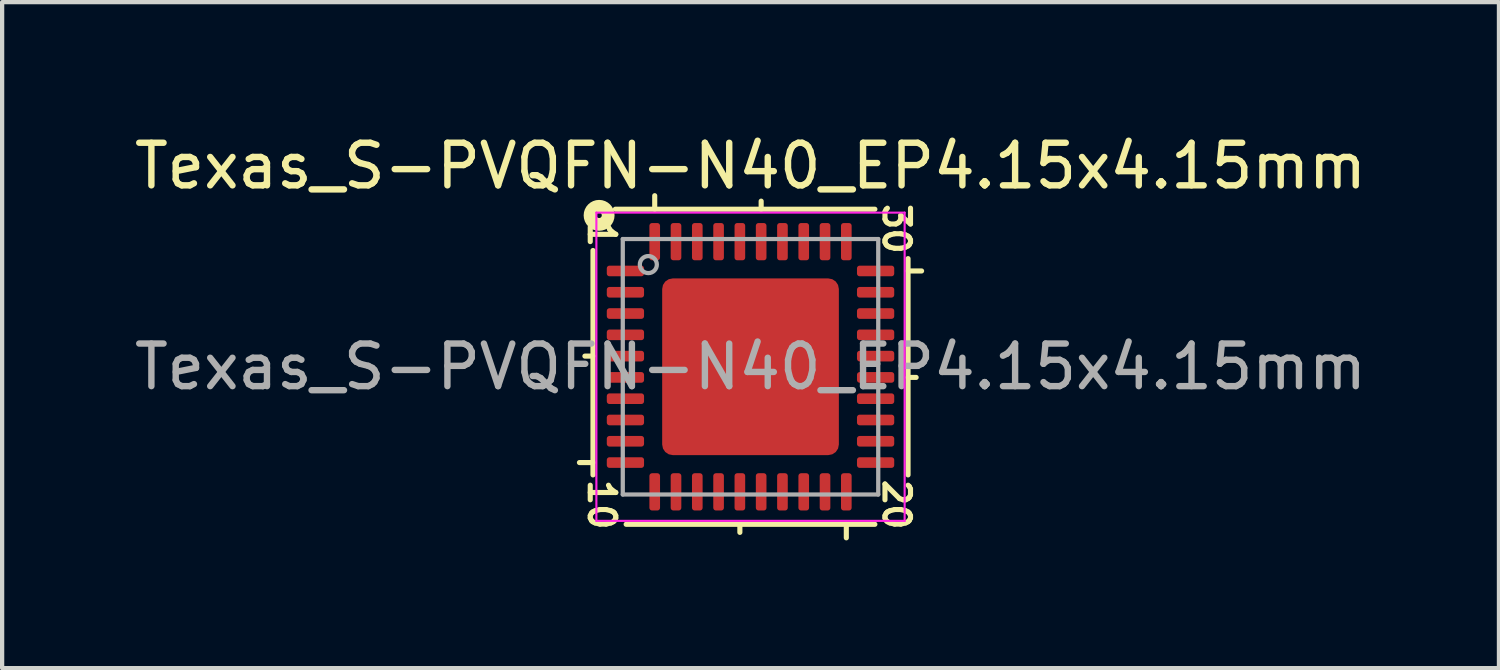
<source format=kicad_pcb>
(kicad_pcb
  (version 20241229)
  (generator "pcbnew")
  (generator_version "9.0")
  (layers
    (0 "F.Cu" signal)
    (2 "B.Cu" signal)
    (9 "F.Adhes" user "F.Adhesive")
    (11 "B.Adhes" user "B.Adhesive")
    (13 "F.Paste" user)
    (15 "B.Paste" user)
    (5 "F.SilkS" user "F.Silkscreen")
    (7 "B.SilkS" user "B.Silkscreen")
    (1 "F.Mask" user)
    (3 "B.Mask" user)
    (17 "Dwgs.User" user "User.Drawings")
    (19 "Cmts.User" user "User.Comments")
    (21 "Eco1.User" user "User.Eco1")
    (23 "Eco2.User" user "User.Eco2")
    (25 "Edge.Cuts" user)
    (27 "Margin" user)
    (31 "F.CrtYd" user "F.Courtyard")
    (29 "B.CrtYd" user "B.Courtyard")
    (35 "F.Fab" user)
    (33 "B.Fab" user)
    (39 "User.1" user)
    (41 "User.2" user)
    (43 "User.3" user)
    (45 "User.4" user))
  (footprint "Texas_S-PVQFN-N40_EP4.15x4.15mm"
    (layer "F.Cu")
    (at 14.577 5.564)
    (property "Reference" "Texas_S-PVQFN-N40_EP4.15x4.15mm" (at 0 -4.716 0) (layer "F.SilkS") (effects (font (size 1 1) (thickness 0.15))))
    (attr smd)
    (fp_line (start -3.7 -2.731) (end -3.7 2.54) (stroke (width 0.12) (type solid)) (layer "F.SilkS"))
    (fp_line (start -3.7 -0.25) (end -3.89 -0.25) (stroke (width 0.12) (type solid)) (layer "F.SilkS"))
    (fp_line (start -3.7 2.25) (end -4.018 2.25) (stroke (width 0.12) (type solid)) (layer "F.SilkS"))
    (fp_line (start -2.921 3.7) (end 2.921 3.7) (stroke (width 0.12) (type solid)) (layer "F.SilkS"))
    (fp_line (start -2.25 -3.7) (end -2.25 -4.018) (stroke (width 0.12) (type solid)) (layer "F.SilkS"))
    (fp_line (start -0.25 3.7) (end -0.25 3.89) (stroke (width 0.12) (type solid)) (layer "F.SilkS"))
    (fp_line (start 0.25 -3.7) (end 0.25 -3.89) (stroke (width 0.12) (type solid)) (layer "F.SilkS"))
    (fp_line (start 2.25 3.7) (end 2.25 4.018) (stroke (width 0.12) (type solid)) (layer "F.SilkS"))
    (fp_line (start 2.921 -3.7) (end -3.175 -3.7) (stroke (width 0.12) (type solid)) (layer "F.SilkS"))
    (fp_line (start 3.7 -2.25) (end 4.018 -2.25) (stroke (width 0.12) (type solid)) (layer "F.SilkS"))
    (fp_line (start 3.7 0.25) (end 3.89 0.25) (stroke (width 0.12) (type solid)) (layer "F.SilkS"))
    (fp_line (start 3.7 2.54) (end 3.7 -2.54) (stroke (width 0.12) (type solid)) (layer "F.SilkS"))
    (fp_circle (center -3.556 -3.556) (end -3.493 -3.556) (stroke (width 0.3) (type solid)) (fill no) (layer "F.SilkS"))
    (fp_line (start -3.62 -3.62) (end -3.62 3.62) (stroke (width 0.05) (type solid)) (layer "F.CrtYd"))
    (fp_line (start -3.62 3.62) (end 3.62 3.62) (stroke (width 0.05) (type solid)) (layer "F.CrtYd"))
    (fp_line (start 3.62 -3.62) (end -3.62 -3.62) (stroke (width 0.05) (type solid)) (layer "F.CrtYd"))
    (fp_line (start 3.62 3.62) (end 3.62 -3.62) (stroke (width 0.05) (type solid)) (layer "F.CrtYd"))
    (fp_line (start -3 -3) (end 3 -3) (stroke (width 0.1) (type solid)) (layer "F.Fab"))
    (fp_line (start -3 3) (end -3 -3) (stroke (width 0.1) (type solid)) (layer "F.Fab"))
    (fp_line (start 3 -3) (end 3 3) (stroke (width 0.1) (type solid)) (layer "F.Fab"))
    (fp_line (start 3 3) (end -3 3) (stroke (width 0.1) (type solid)) (layer "F.Fab"))
    (fp_circle (center -2.4 -2.4) (end -2.2 -2.4) (stroke (width 0.1) (type solid)) (fill no) (layer "F.Fab"))
    (fp_text user "20" (at 3.429 3.239 270) (unlocked yes) (layer "F.SilkS") (effects (font (size 0.6 0.6) (thickness 0.12))))
    (fp_text user "10" (at -3.493 3.239 270) (unlocked yes) (layer "F.SilkS") (effects (font (size 0.6 0.6) (thickness 0.12))))
    (fp_text user "30" (at 3.429 -3.239 270) (unlocked yes) (layer "F.SilkS") (effects (font (size 0.6 0.6) (thickness 0.12))))
    (fp_text user "1" (at -3.493 -3.111 270) (unlocked yes) (layer "F.SilkS") (effects (font (size 0.6 0.6) (thickness 0.12))))
    (fp_text user "${REFERENCE}" (at 0 0 0) (layer "F.Fab") (effects (font (size 1 1) (thickness 0.15))))
    (pad "" smd roundrect (at -1.38 -1.38) (size 1.12 1.12) (layers "F.Paste") (roundrect_rratio 0.223))
    (pad "" smd roundrect (at -1.38 0) (size 1.12 1.12) (layers "F.Paste") (roundrect_rratio 0.223))
    (pad "" smd roundrect (at -1.38 1.38) (size 1.12 1.12) (layers "F.Paste") (roundrect_rratio 0.223))
    (pad "" smd roundrect (at 0 -1.38) (size 1.12 1.12) (layers "F.Paste") (roundrect_rratio 0.223))
    (pad "" smd roundrect (at 0 0) (size 1.12 1.12) (layers "F.Paste") (roundrect_rratio 0.223))
    (pad "" smd roundrect (at 0 1.38) (size 1.12 1.12) (layers "F.Paste") (roundrect_rratio 0.223))
    (pad "" smd roundrect (at 1.38 -1.38) (size 1.12 1.12) (layers "F.Paste") (roundrect_rratio 0.223))
    (pad "" smd roundrect (at 1.38 0) (size 1.12 1.12) (layers "F.Paste") (roundrect_rratio 0.223))
    (pad "" smd roundrect (at 1.38 1.38) (size 1.12 1.12) (layers "F.Paste") (roundrect_rratio 0.223))
    (pad "1" smd roundrect (at -2.938 -2.25) (size 0.875 0.25) (layers "F.Cu" "F.Mask" "F.Paste") (roundrect_rratio 0.25))
    (pad "2" smd roundrect (at -2.938 -1.75) (size 0.875 0.25) (layers "F.Cu" "F.Mask" "F.Paste") (roundrect_rratio 0.25))
    (pad "3" smd roundrect (at -2.938 -1.25) (size 0.875 0.25) (layers "F.Cu" "F.Mask" "F.Paste") (roundrect_rratio 0.25))
    (pad "4" smd roundrect (at -2.938 -0.75) (size 0.875 0.25) (layers "F.Cu" "F.Mask" "F.Paste") (roundrect_rratio 0.25))
    (pad "5" smd roundrect (at -2.938 -0.25) (size 0.875 0.25) (layers "F.Cu" "F.Mask" "F.Paste") (roundrect_rratio 0.25))
    (pad "6" smd roundrect (at -2.938 0.25) (size 0.875 0.25) (layers "F.Cu" "F.Mask" "F.Paste") (roundrect_rratio 0.25))
    (pad "7" smd roundrect (at -2.938 0.75) (size 0.875 0.25) (layers "F.Cu" "F.Mask" "F.Paste") (roundrect_rratio 0.25))
    (pad "8" smd roundrect (at -2.938 1.25) (size 0.875 0.25) (layers "F.Cu" "F.Mask" "F.Paste") (roundrect_rratio 0.25))
    (pad "9" smd roundrect (at -2.938 1.75) (size 0.875 0.25) (layers "F.Cu" "F.Mask" "F.Paste") (roundrect_rratio 0.25))
    (pad "10" smd roundrect (at -2.938 2.25) (size 0.875 0.25) (layers "F.Cu" "F.Mask" "F.Paste") (roundrect_rratio 0.25))
    (pad "11" smd roundrect (at -2.25 2.938) (size 0.25 0.875) (layers "F.Cu" "F.Mask" "F.Paste") (roundrect_rratio 0.25))
    (pad "12" smd roundrect (at -1.75 2.938) (size 0.25 0.875) (layers "F.Cu" "F.Mask" "F.Paste") (roundrect_rratio 0.25))
    (pad "13" smd roundrect (at -1.25 2.938) (size 0.25 0.875) (layers "F.Cu" "F.Mask" "F.Paste") (roundrect_rratio 0.25))
    (pad "14" smd roundrect (at -0.75 2.938) (size 0.25 0.875) (layers "F.Cu" "F.Mask" "F.Paste") (roundrect_rratio 0.25))
    (pad "15" smd roundrect (at -0.25 2.938) (size 0.25 0.875) (layers "F.Cu" "F.Mask" "F.Paste") (roundrect_rratio 0.25))
    (pad "16" smd roundrect (at 0.25 2.938) (size 0.25 0.875) (layers "F.Cu" "F.Mask" "F.Paste") (roundrect_rratio 0.25))
    (pad "17" smd roundrect (at 0.75 2.938) (size 0.25 0.875) (layers "F.Cu" "F.Mask" "F.Paste") (roundrect_rratio 0.25))
    (pad "18" smd roundrect (at 1.25 2.938) (size 0.25 0.875) (layers "F.Cu" "F.Mask" "F.Paste") (roundrect_rratio 0.25))
    (pad "19" smd roundrect (at 1.75 2.938) (size 0.25 0.875) (layers "F.Cu" "F.Mask" "F.Paste") (roundrect_rratio 0.25))
    (pad "20" smd roundrect (at 2.25 2.938) (size 0.25 0.875) (layers "F.Cu" "F.Mask" "F.Paste") (roundrect_rratio 0.25))
    (pad "21" smd roundrect (at 2.938 2.25) (size 0.875 0.25) (layers "F.Cu" "F.Mask" "F.Paste") (roundrect_rratio 0.25))
    (pad "22" smd roundrect (at 2.938 1.75) (size 0.875 0.25) (layers "F.Cu" "F.Mask" "F.Paste") (roundrect_rratio 0.25))
    (pad "23" smd roundrect (at 2.938 1.25) (size 0.875 0.25) (layers "F.Cu" "F.Mask" "F.Paste") (roundrect_rratio 0.25))
    (pad "24" smd roundrect (at 2.938 0.75) (size 0.875 0.25) (layers "F.Cu" "F.Mask" "F.Paste") (roundrect_rratio 0.25))
    (pad "25" smd roundrect (at 2.938 0.25) (size 0.875 0.25) (layers "F.Cu" "F.Mask" "F.Paste") (roundrect_rratio 0.25))
    (pad "26" smd roundrect (at 2.938 -0.25) (size 0.875 0.25) (layers "F.Cu" "F.Mask" "F.Paste") (roundrect_rratio 0.25))
    (pad "27" smd roundrect (at 2.938 -0.75) (size 0.875 0.25) (layers "F.Cu" "F.Mask" "F.Paste") (roundrect_rratio 0.25))
    (pad "28" smd roundrect (at 2.938 -1.25) (size 0.875 0.25) (layers "F.Cu" "F.Mask" "F.Paste") (roundrect_rratio 0.25))
    (pad "29" smd roundrect (at 2.938 -1.75) (size 0.875 0.25) (layers "F.Cu" "F.Mask" "F.Paste") (roundrect_rratio 0.25))
    (pad "30" smd roundrect (at 2.938 -2.25) (size 0.875 0.25) (layers "F.Cu" "F.Mask" "F.Paste") (roundrect_rratio 0.25))
    (pad "31" smd roundrect (at 2.25 -2.938) (size 0.25 0.875) (layers "F.Cu" "F.Mask" "F.Paste") (roundrect_rratio 0.25))
    (pad "32" smd roundrect (at 1.75 -2.938) (size 0.25 0.875) (layers "F.Cu" "F.Mask" "F.Paste") (roundrect_rratio 0.25))
    (pad "33" smd roundrect (at 1.25 -2.938) (size 0.25 0.875) (layers "F.Cu" "F.Mask" "F.Paste") (roundrect_rratio 0.25))
    (pad "34" smd roundrect (at 0.75 -2.938) (size 0.25 0.875) (layers "F.Cu" "F.Mask" "F.Paste") (roundrect_rratio 0.25))
    (pad "35" smd roundrect (at 0.25 -2.938) (size 0.25 0.875) (layers "F.Cu" "F.Mask" "F.Paste") (roundrect_rratio 0.25))
    (pad "36" smd roundrect (at -0.25 -2.938) (size 0.25 0.875) (layers "F.Cu" "F.Mask" "F.Paste") (roundrect_rratio 0.25))
    (pad "37" smd roundrect (at -0.75 -2.938) (size 0.25 0.875) (layers "F.Cu" "F.Mask" "F.Paste") (roundrect_rratio 0.25))
    (pad "38" smd roundrect (at -1.25 -2.938) (size 0.25 0.875) (layers "F.Cu" "F.Mask" "F.Paste") (roundrect_rratio 0.25))
    (pad "39" smd roundrect (at -1.75 -2.938) (size 0.25 0.875) (layers "F.Cu" "F.Mask" "F.Paste") (roundrect_rratio 0.25))
    (pad "40" smd roundrect (at -2.25 -2.938) (size 0.25 0.875) (layers "F.Cu" "F.Mask" "F.Paste") (roundrect_rratio 0.25))
    (pad "41" smd roundrect (at 0 0) (size 4.15 4.15) (layers "F.Cu" "F.Mask") (roundrect_rratio 0.06)))
  (gr_rect
    (start -3 -3)
    (end 32.155 12.642)
    (stroke (width 0.1) (type default))
    (fill no)
    (layer "Edge.Cuts")))
</source>
